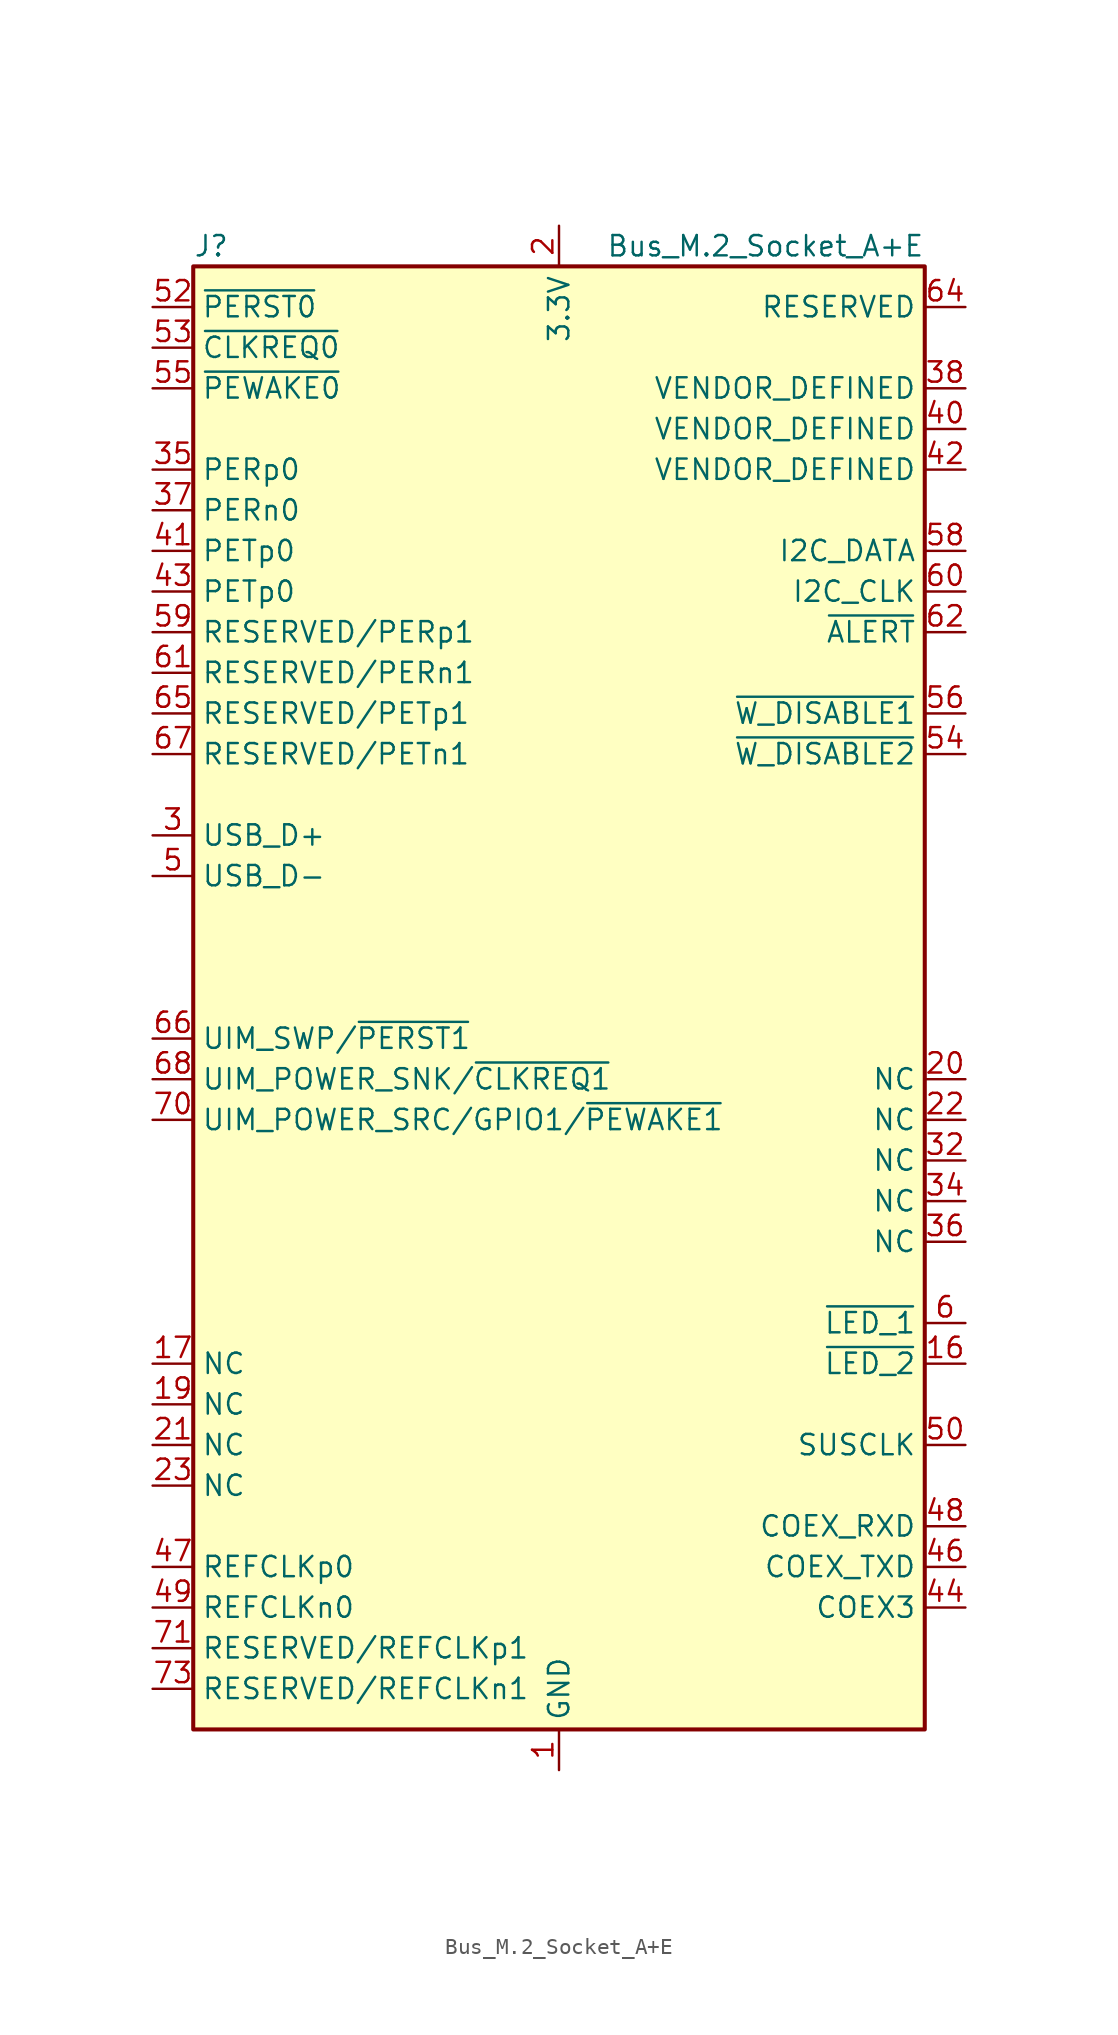
<source format=kicad_sym>
(kicad_symbol_lib
  (version 20231120)
  (generator "kicad_symbol_editor")
  (generator_version "8.0")
  (symbol "Bus_M.2_Socket_A+E"
    (property "Reference" "J"
      (at -22.86 46.99 0)
      (do_not_autoplace)
      (effects (font (size 1.27 1.27)) (justify left)))
    (property "Value" "Bus_M.2_Socket_A+E"
      (at 22.86 46.99 0)
      (do_not_autoplace)
      (effects (font (size 1.27 1.27)) (justify right)))
    (symbol "Bus_M.2_Socket_A+E_0_1"
      (rectangle (start -22.86 45.72) (end 22.86 -45.72) (stroke (width 0.254) (type default)) (fill (type background))))
    (symbol "Bus_M.2_Socket_A+E_1_1"
      (pin power_in line (at 0 -48.26 90) (length 2.54) (name "GND" (effects (font (size 1.27 1.27)))) (number "1" (effects (font (size 1.27 1.27)))))
      (pin open_collector line (at 25.4 -22.86 180) (length 2.54) (name "~{LED_2}" (effects (font (size 1.27 1.27)))) (number "16" (effects (font (size 1.27 1.27)))))
      (pin bidirectional line (at -25.4 -22.86 0) (length 2.54) (name "NC" (effects (font (size 1.27 1.27)))) (number "17" (effects (font (size 1.27 1.27)))))
      (pin passive line (at 0 -48.26 90) (length 2.54) hide (name "GND" (effects (font (size 1.27 1.27)))) (number "18" (effects (font (size 1.27 1.27)))))
      (pin bidirectional line (at -25.4 -25.4 0) (length 2.54) (name "NC" (effects (font (size 1.27 1.27)))) (number "19" (effects (font (size 1.27 1.27)))))
      (pin power_in line (at 0 48.26 270) (length 2.54) (name "3.3V" (effects (font (size 1.27 1.27)))) (number "2" (effects (font (size 1.27 1.27)))))
      (pin input line (at 25.4 -5.08 180) (length 2.54) (name "NC" (effects (font (size 1.27 1.27)))) (number "20" (effects (font (size 1.27 1.27)))))
      (pin input line (at -25.4 -27.94 0) (length 2.54) (name "NC" (effects (font (size 1.27 1.27)))) (number "21" (effects (font (size 1.27 1.27)))))
      (pin input line (at 25.4 -7.62 180) (length 2.54) (name "NC" (effects (font (size 1.27 1.27)))) (number "22" (effects (font (size 1.27 1.27)))))
      (pin output line (at -25.4 -30.48 0) (length 2.54) (name "NC" (effects (font (size 1.27 1.27)))) (number "23" (effects (font (size 1.27 1.27)))))
      (pin bidirectional line (at -25.4 10.16 0) (length 2.54) (name "USB_D+" (effects (font (size 1.27 1.27)))) (number "3" (effects (font (size 1.27 1.27)))))
      (pin output line (at 25.4 -10.16 180) (length 2.54) (name "NC" (effects (font (size 1.27 1.27)))) (number "32" (effects (font (size 1.27 1.27)))))
      (pin passive line (at 0 -48.26 90) (length 2.54) hide (name "GND" (effects (font (size 1.27 1.27)))) (number "33" (effects (font (size 1.27 1.27)))))
      (pin input line (at 25.4 -12.7 180) (length 2.54) (name "NC" (effects (font (size 1.27 1.27)))) (number "34" (effects (font (size 1.27 1.27)))))
      (pin output line (at -25.4 33.02 0) (length 2.54) (name "PERp0" (effects (font (size 1.27 1.27)))) (number "35" (effects (font (size 1.27 1.27)))))
      (pin output line (at 25.4 -15.24 180) (length 2.54) (name "NC" (effects (font (size 1.27 1.27)))) (number "36" (effects (font (size 1.27 1.27)))))
      (pin output line (at -25.4 30.48 0) (length 2.54) (name "PERn0" (effects (font (size 1.27 1.27)))) (number "37" (effects (font (size 1.27 1.27)))))
      (pin passive line (at 25.4 38.1 180) (length 2.54) (name "VENDOR_DEFINED" (effects (font (size 1.27 1.27)))) (number "38" (effects (font (size 1.27 1.27)))))
      (pin passive line (at 0 -48.26 90) (length 2.54) hide (name "GND" (effects (font (size 1.27 1.27)))) (number "39" (effects (font (size 1.27 1.27)))))
      (pin passive line (at 0 48.26 270) (length 2.54) hide (name "3.3V" (effects (font (size 1.27 1.27)))) (number "4" (effects (font (size 1.27 1.27)))))
      (pin passive line (at 25.4 35.56 180) (length 2.54) (name "VENDOR_DEFINED" (effects (font (size 1.27 1.27)))) (number "40" (effects (font (size 1.27 1.27)))))
      (pin input line (at -25.4 27.94 0) (length 2.54) (name "PETp0" (effects (font (size 1.27 1.27)))) (number "41" (effects (font (size 1.27 1.27)))))
      (pin passive line (at 25.4 33.02 180) (length 2.54) (name "VENDOR_DEFINED" (effects (font (size 1.27 1.27)))) (number "42" (effects (font (size 1.27 1.27)))))
      (pin input line (at -25.4 25.4 0) (length 2.54) (name "PETp0" (effects (font (size 1.27 1.27)))) (number "43" (effects (font (size 1.27 1.27)))))
      (pin bidirectional line (at 25.4 -38.1 180) (length 2.54) (name "COEX3" (effects (font (size 1.27 1.27)))) (number "44" (effects (font (size 1.27 1.27)))))
      (pin passive line (at 0 -48.26 90) (length 2.54) hide (name "GND" (effects (font (size 1.27 1.27)))) (number "45" (effects (font (size 1.27 1.27)))))
      (pin bidirectional line (at 25.4 -35.56 180) (length 2.54) (name "COEX_TXD" (effects (font (size 1.27 1.27)))) (number "46" (effects (font (size 1.27 1.27)))))
      (pin output line (at -25.4 -35.56 0) (length 2.54) (name "REFCLKp0" (effects (font (size 1.27 1.27)))) (number "47" (effects (font (size 1.27 1.27)))))
      (pin bidirectional line (at 25.4 -33.02 180) (length 2.54) (name "COEX_RXD" (effects (font (size 1.27 1.27)))) (number "48" (effects (font (size 1.27 1.27)))))
      (pin output line (at -25.4 -38.1 0) (length 2.54) (name "REFCLKn0" (effects (font (size 1.27 1.27)))) (number "49" (effects (font (size 1.27 1.27)))))
      (pin bidirectional line (at -25.4 7.62 0) (length 2.54) (name "USB_D-" (effects (font (size 1.27 1.27)))) (number "5" (effects (font (size 1.27 1.27)))))
      (pin output line (at 25.4 -27.94 180) (length 2.54) (name "SUSCLK" (effects (font (size 1.27 1.27)))) (number "50" (effects (font (size 1.27 1.27)))))
      (pin passive line (at 0 -48.26 90) (length 2.54) hide (name "GND" (effects (font (size 1.27 1.27)))) (number "51" (effects (font (size 1.27 1.27)))))
      (pin output line (at -25.4 43.18 0) (length 2.54) (name "~{PERST0}" (effects (font (size 1.27 1.27)))) (number "52" (effects (font (size 1.27 1.27)))))
      (pin bidirectional line (at -25.4 40.64 0) (length 2.54) (name "~{CLKREQ0}" (effects (font (size 1.27 1.27)))) (number "53" (effects (font (size 1.27 1.27)))))
      (pin output line (at 25.4 15.24 180) (length 2.54) (name "~{W_DISABLE2}" (effects (font (size 1.27 1.27)))) (number "54" (effects (font (size 1.27 1.27)))))
      (pin bidirectional line (at -25.4 38.1 0) (length 2.54) (name "~{PEWAKE0}" (effects (font (size 1.27 1.27)))) (number "55" (effects (font (size 1.27 1.27)))))
      (pin output line (at 25.4 17.78 180) (length 2.54) (name "~{W_DISABLE1}" (effects (font (size 1.27 1.27)))) (number "56" (effects (font (size 1.27 1.27)))))
      (pin passive line (at 0 -48.26 90) (length 2.54) hide (name "GND" (effects (font (size 1.27 1.27)))) (number "57" (effects (font (size 1.27 1.27)))))
      (pin bidirectional line (at 25.4 27.94 180) (length 2.54) (name "I2C_DATA" (effects (font (size 1.27 1.27)))) (number "58" (effects (font (size 1.27 1.27)))))
      (pin output line (at -25.4 22.86 0) (length 2.54) (name "RESERVED/PERp1" (effects (font (size 1.27 1.27)))) (number "59" (effects (font (size 1.27 1.27)))))
      (pin open_collector line (at 25.4 -20.32 180) (length 2.54) (name "~{LED_1}" (effects (font (size 1.27 1.27)))) (number "6" (effects (font (size 1.27 1.27)))))
      (pin output line (at 25.4 25.4 180) (length 2.54) (name "I2C_CLK" (effects (font (size 1.27 1.27)))) (number "60" (effects (font (size 1.27 1.27)))))
      (pin output line (at -25.4 20.32 0) (length 2.54) (name "RESERVED/PERn1" (effects (font (size 1.27 1.27)))) (number "61" (effects (font (size 1.27 1.27)))))
      (pin input line (at 25.4 22.86 180) (length 2.54) (name "~{ALERT}" (effects (font (size 1.27 1.27)))) (number "62" (effects (font (size 1.27 1.27)))))
      (pin passive line (at 0 -48.26 90) (length 2.54) hide (name "GND" (effects (font (size 1.27 1.27)))) (number "63" (effects (font (size 1.27 1.27)))))
      (pin passive line (at 25.4 43.18 180) (length 2.54) (name "RESERVED" (effects (font (size 1.27 1.27)))) (number "64" (effects (font (size 1.27 1.27)))))
      (pin input line (at -25.4 17.78 0) (length 2.54) (name "RESERVED/PETp1" (effects (font (size 1.27 1.27)))) (number "65" (effects (font (size 1.27 1.27)))))
      (pin output line (at -25.4 -2.54 0) (length 2.54) (name "UIM_SWP/~{PERST1}" (effects (font (size 1.27 1.27)))) (number "66" (effects (font (size 1.27 1.27)))))
      (pin input line (at -25.4 15.24 0) (length 2.54) (name "RESERVED/PETn1" (effects (font (size 1.27 1.27)))) (number "67" (effects (font (size 1.27 1.27)))))
      (pin bidirectional line (at -25.4 -5.08 0) (length 2.54) (name "UIM_POWER_SNK/~{CLKREQ1}" (effects (font (size 1.27 1.27)))) (number "68" (effects (font (size 1.27 1.27)))))
      (pin passive line (at 0 -48.26 90) (length 2.54) hide (name "GND" (effects (font (size 1.27 1.27)))) (number "69" (effects (font (size 1.27 1.27)))))
      (pin passive line (at 0 -48.26 90) (length 2.54) hide (name "GND" (effects (font (size 1.27 1.27)))) (number "7" (effects (font (size 1.27 1.27)))))
      (pin bidirectional line (at -25.4 -7.62 0) (length 2.54) (name "UIM_POWER_SRC/GPIO1/~{PEWAKE1}" (effects (font (size 1.27 1.27)))) (number "70" (effects (font (size 1.27 1.27)))))
      (pin output line (at -25.4 -40.64 0) (length 2.54) (name "RESERVED/REFCLKp1" (effects (font (size 1.27 1.27)))) (number "71" (effects (font (size 1.27 1.27)))))
      (pin passive line (at 0 48.26 270) (length 2.54) hide (name "3.3V" (effects (font (size 1.27 1.27)))) (number "72" (effects (font (size 1.27 1.27)))))
      (pin output line (at -25.4 -43.18 0) (length 2.54) (name "RESERVED/REFCLKn1" (effects (font (size 1.27 1.27)))) (number "73" (effects (font (size 1.27 1.27)))))
      (pin passive line (at 0 48.26 270) (length 2.54) hide (name "3.3V" (effects (font (size 1.27 1.27)))) (number "74" (effects (font (size 1.27 1.27)))))
      (pin passive line (at 0 -48.26 90) (length 2.54) hide (name "GND" (effects (font (size 1.27 1.27)))) (number "75" (effects (font (size 1.27 1.27))))))))
</source>
